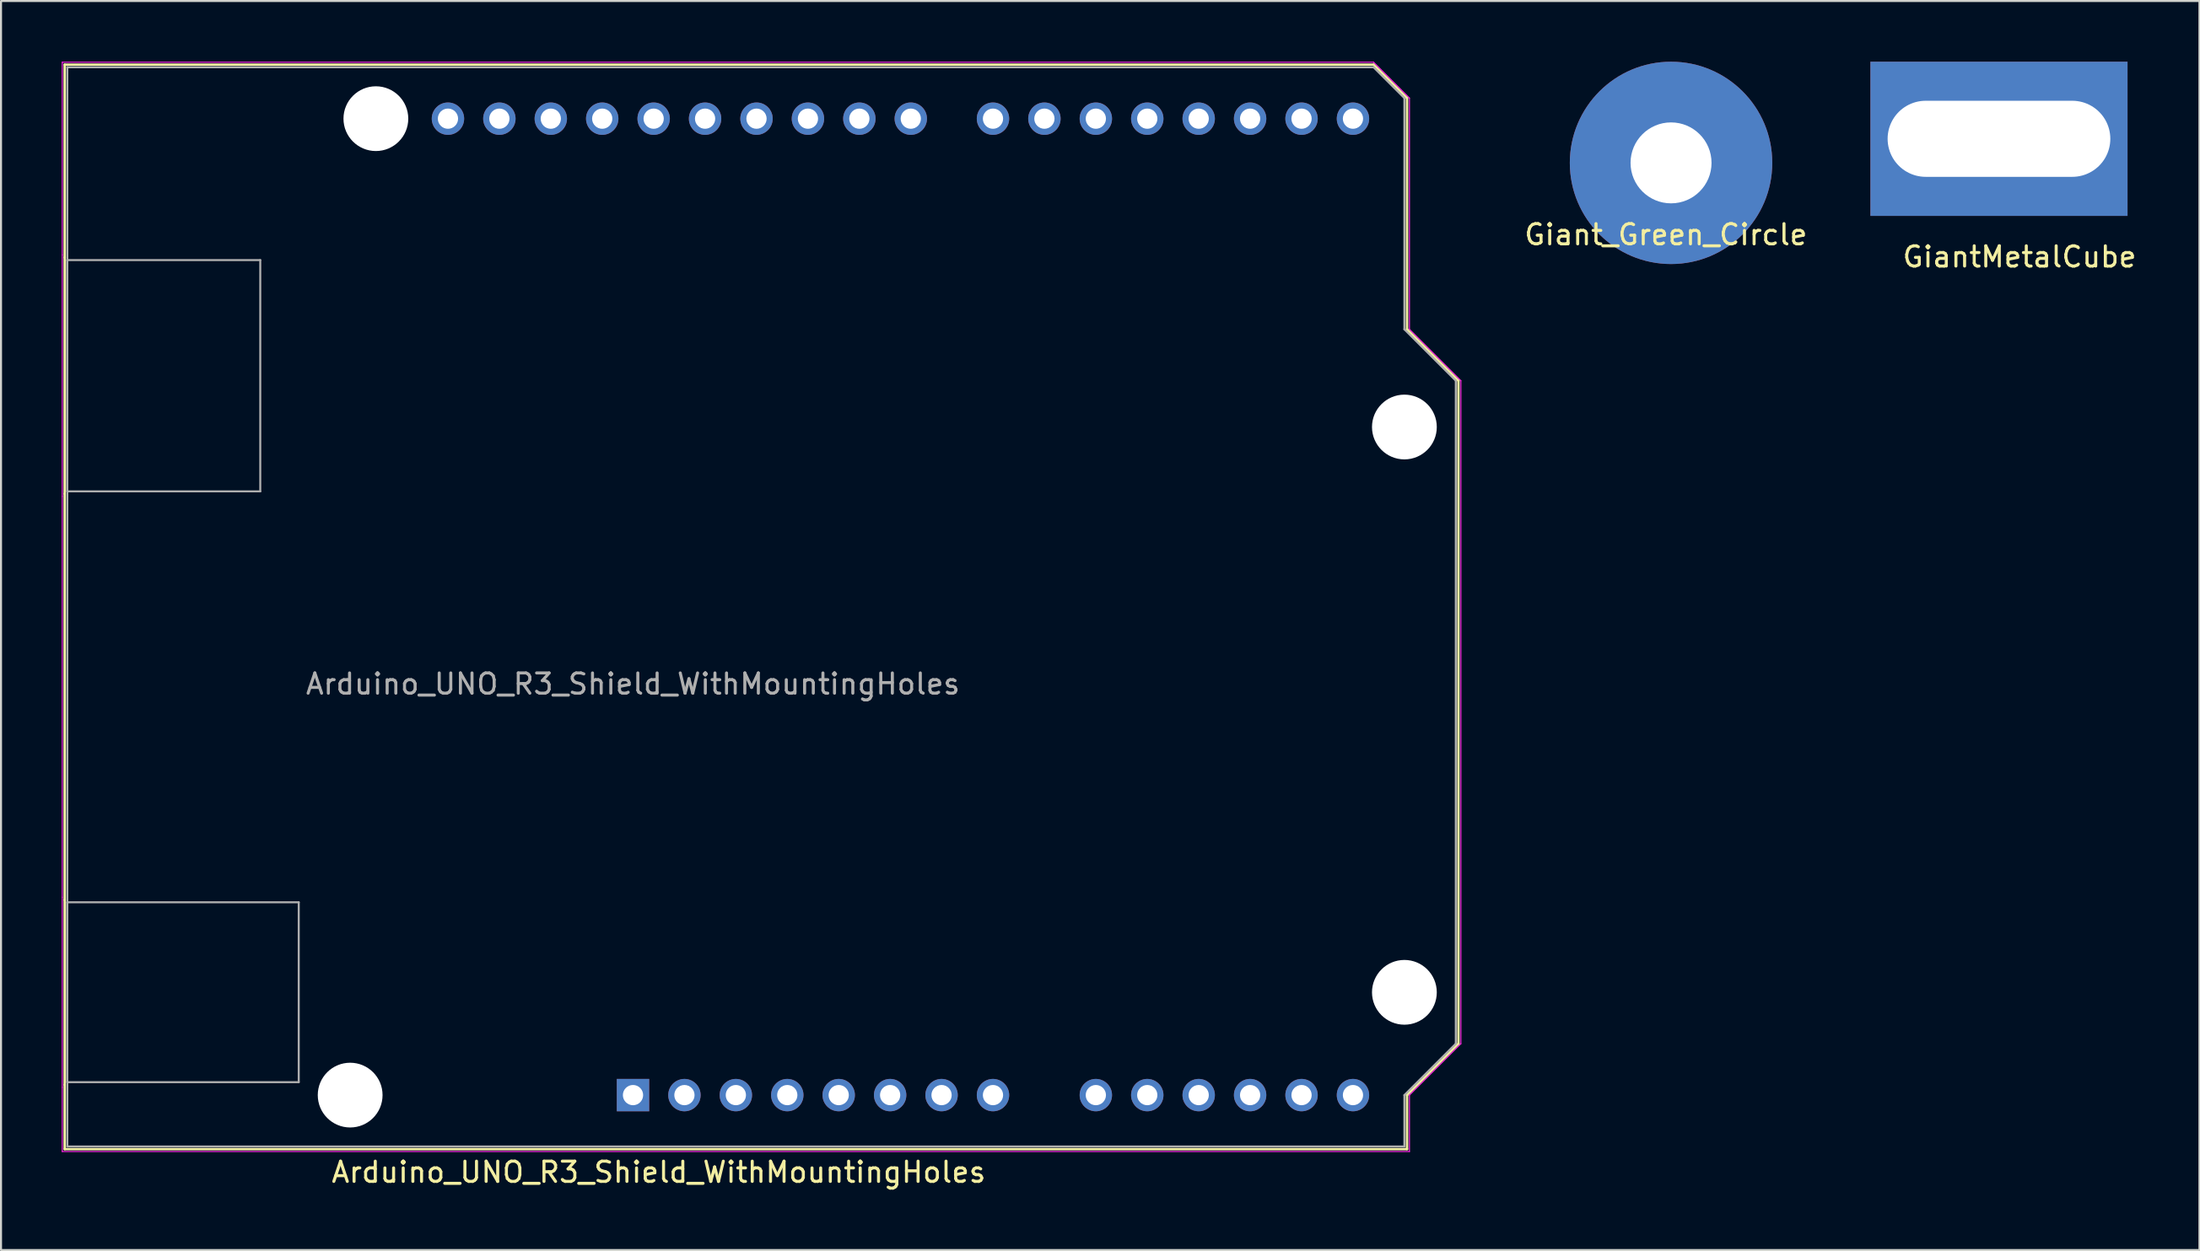
<source format=kicad_pcb>
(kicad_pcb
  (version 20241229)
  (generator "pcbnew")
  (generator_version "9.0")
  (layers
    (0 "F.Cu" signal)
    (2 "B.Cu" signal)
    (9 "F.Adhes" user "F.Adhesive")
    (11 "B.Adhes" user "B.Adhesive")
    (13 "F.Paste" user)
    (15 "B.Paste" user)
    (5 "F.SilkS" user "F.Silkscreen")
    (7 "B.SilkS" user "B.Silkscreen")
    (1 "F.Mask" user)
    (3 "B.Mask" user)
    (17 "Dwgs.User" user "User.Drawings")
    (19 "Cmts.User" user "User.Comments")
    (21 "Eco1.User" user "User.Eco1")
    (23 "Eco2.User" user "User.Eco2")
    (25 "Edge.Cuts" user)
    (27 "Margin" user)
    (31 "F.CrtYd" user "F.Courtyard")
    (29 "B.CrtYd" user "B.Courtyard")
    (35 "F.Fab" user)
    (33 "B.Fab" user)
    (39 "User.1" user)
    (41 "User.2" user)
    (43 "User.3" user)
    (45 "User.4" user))
  (footprint "GiantMetalCube"
    (layer "F.Cu")
    (at 96.698 9.144)
    (property "Reference" "GiantMetalCube" (at 0 0.5 0) (layer "F.SilkS") (effects (font (size 1 1) (thickness 0.15))))
    (attr through_hole)
    (pad "1" thru_hole rect (at -1.016 -5.334) (size 12.7 7.62) (drill oval 11 3.76) (layers "*.Cu" "*.Mask")))
  (footprint "Giant_Green_Circle"
    (layer "F.Cu")
    (at 79.231 8.048)
    (property "Reference" "Giant_Green_Circle" (at 0 0.5 0) (layer "F.SilkS") (effects (font (size 1 1) (thickness 0.15))))
    (attr through_hole)
    (pad "1" thru_hole circle (at 0.254 -3.048) (size 10 10) (drill 4) (layers "*.Cu" "*.Mask")))
  (footprint "Arduino_UNO_R3_Shield_WithMountingHoles"
    (layer "F.Cu")
    (at 0.275 53.615)
    (property "Reference" "Arduino_UNO_R3_Shield_WithMountingHoles" (at 29.21 1.27 0) (layer "F.SilkS") (effects (font (size 1 1) (thickness 0.15))))
    (attr through_hole)
    (fp_line (start -0.13 -53.47) (end 64.52 -53.47) (stroke (width 0.12) (type solid)) (layer "F.SilkS"))
    (fp_line (start -0.13 -43.94) (end -0.13 -53.47) (stroke (width 0.12) (type solid)) (layer "F.SilkS"))
    (fp_line (start -0.13 -32.26) (end -0.13 -43.94) (stroke (width 0.12) (type solid)) (layer "F.SilkS"))
    (fp_line (start -0.13 -12.19) (end -0.13 -32.26) (stroke (width 0.12) (type solid)) (layer "F.SilkS"))
    (fp_line (start -0.13 -3.05) (end -0.13 -12.19) (stroke (width 0.12) (type solid)) (layer "F.SilkS"))
    (fp_line (start -0.13 0.13) (end -0.13 -3.05) (stroke (width 0.12) (type solid)) (layer "F.SilkS"))
    (fp_line (start 64.52 -53.47) (end 66.17 -51.82) (stroke (width 0.12) (type solid)) (layer "F.SilkS"))
    (fp_line (start 66.17 -51.82) (end 66.17 -40.39) (stroke (width 0.12) (type solid)) (layer "F.SilkS"))
    (fp_line (start 66.17 -40.39) (end 68.71 -37.85) (stroke (width 0.12) (type solid)) (layer "F.SilkS"))
    (fp_line (start 66.17 -2.54) (end 66.17 0.13) (stroke (width 0.12) (type solid)) (layer "F.SilkS"))
    (fp_line (start 66.17 0.13) (end -0.13 0.13) (stroke (width 0.12) (type solid)) (layer "F.SilkS"))
    (fp_line (start 68.71 -37.85) (end 68.71 -5.08) (stroke (width 0.12) (type solid)) (layer "F.SilkS"))
    (fp_line (start 68.71 -5.08) (end 66.17 -2.54) (stroke (width 0.12) (type solid)) (layer "F.SilkS"))
    (fp_line (start -0.25 -53.59) (end -0.25 -44.07) (stroke (width 0.05) (type solid)) (layer "F.CrtYd"))
    (fp_line (start -0.25 -44.07) (end -0.25 -32.13) (stroke (width 0.05) (type solid)) (layer "F.CrtYd"))
    (fp_line (start -0.25 -32.13) (end -0.25 -12.32) (stroke (width 0.05) (type solid)) (layer "F.CrtYd"))
    (fp_line (start -0.25 -12.32) (end -0.25 -2.92) (stroke (width 0.05) (type solid)) (layer "F.CrtYd"))
    (fp_line (start -0.25 -2.92) (end -0.25 0.25) (stroke (width 0.05) (type solid)) (layer "F.CrtYd"))
    (fp_line (start -0.25 0.25) (end 66.29 0.25) (stroke (width 0.05) (type solid)) (layer "F.CrtYd"))
    (fp_line (start 64.52 -53.59) (end -0.25 -53.59) (stroke (width 0.05) (type solid)) (layer "F.CrtYd"))
    (fp_line (start 66.29 -51.82) (end 64.52 -53.59) (stroke (width 0.05) (type solid)) (layer "F.CrtYd"))
    (fp_line (start 66.29 -40.39) (end 66.29 -51.82) (stroke (width 0.05) (type solid)) (layer "F.CrtYd"))
    (fp_line (start 66.29 -2.54) (end 68.83 -5.08) (stroke (width 0.05) (type solid)) (layer "F.CrtYd"))
    (fp_line (start 66.29 0.25) (end 66.29 -2.54) (stroke (width 0.05) (type solid)) (layer "F.CrtYd"))
    (fp_line (start 68.83 -37.85) (end 66.29 -40.39) (stroke (width 0.05) (type solid)) (layer "F.CrtYd"))
    (fp_line (start 68.83 -5.08) (end 68.83 -37.85) (stroke (width 0.05) (type solid)) (layer "F.CrtYd"))
    (fp_line (start 0 -53.34) (end 0 0) (stroke (width 0.1) (type solid)) (layer "F.Fab"))
    (fp_line (start 0 -43.81) (end 0 -32.38) (stroke (width 0.1) (type solid)) (layer "F.Fab"))
    (fp_line (start 0 -32.38) (end 9.53 -32.38) (stroke (width 0.1) (type solid)) (layer "F.Fab"))
    (fp_line (start 0 -12.07) (end 0 -3.18) (stroke (width 0.1) (type solid)) (layer "F.Fab"))
    (fp_line (start 0 -3.18) (end 11.43 -3.18) (stroke (width 0.1) (type solid)) (layer "F.Fab"))
    (fp_line (start 0 0) (end 66.04 0) (stroke (width 0.1) (type solid)) (layer "F.Fab"))
    (fp_line (start 9.53 -43.81) (end 0 -43.81) (stroke (width 0.1) (type solid)) (layer "F.Fab"))
    (fp_line (start 9.53 -32.38) (end 9.53 -43.81) (stroke (width 0.1) (type solid)) (layer "F.Fab"))
    (fp_line (start 11.43 -12.07) (end 0 -12.07) (stroke (width 0.1) (type solid)) (layer "F.Fab"))
    (fp_line (start 11.43 -3.18) (end 11.43 -12.07) (stroke (width 0.1) (type solid)) (layer "F.Fab"))
    (fp_line (start 64.52 -53.34) (end 0 -53.34) (stroke (width 0.1) (type solid)) (layer "F.Fab"))
    (fp_line (start 66.04 -51.82) (end 64.52 -53.34) (stroke (width 0.1) (type solid)) (layer "F.Fab"))
    (fp_line (start 66.04 -40.39) (end 66.04 -51.82) (stroke (width 0.1) (type solid)) (layer "F.Fab"))
    (fp_line (start 66.04 -2.54) (end 68.58 -5.08) (stroke (width 0.1) (type solid)) (layer "F.Fab"))
    (fp_line (start 66.04 0) (end 66.04 -2.54) (stroke (width 0.1) (type solid)) (layer "F.Fab"))
    (fp_line (start 68.58 -37.85) (end 66.04 -40.39) (stroke (width 0.1) (type solid)) (layer "F.Fab"))
    (fp_line (start 68.58 -5.08) (end 68.58 -37.85) (stroke (width 0.1) (type solid)) (layer "F.Fab"))
    (fp_text user "${REFERENCE}" (at 27.94 -22.86 0) (layer "F.Fab") (effects (font (size 1 1) (thickness 0.15))))
    (pad "" np_thru_hole circle (at 13.97 -2.54 90) (size 3.2 3.2) (drill 3.2) (layers "*.Cu" "*.Mask"))
    (pad "" np_thru_hole circle (at 15.24 -50.8 90) (size 3.2 3.2) (drill 3.2) (layers "*.Cu" "*.Mask"))
    (pad "" np_thru_hole circle (at 66.04 -35.56 90) (size 3.2 3.2) (drill 3.2) (layers "*.Cu" "*.Mask"))
    (pad "" np_thru_hole circle (at 66.04 -7.62 90) (size 3.2 3.2) (drill 3.2) (layers "*.Cu" "*.Mask"))
    (pad "1" thru_hole rect (at 27.94 -2.54 90) (size 1.6 1.6) (drill 1) (layers "*.Cu" "*.Mask"))
    (pad "2" thru_hole oval (at 30.48 -2.54 90) (size 1.6 1.6) (drill 1) (layers "*.Cu" "*.Mask"))
    (pad "3" thru_hole oval (at 33.02 -2.54 90) (size 1.6 1.6) (drill 1) (layers "*.Cu" "*.Mask"))
    (pad "4" thru_hole oval (at 35.56 -2.54 90) (size 1.6 1.6) (drill 1) (layers "*.Cu" "*.Mask"))
    (pad "5" thru_hole oval (at 38.1 -2.54 90) (size 1.6 1.6) (drill 1) (layers "*.Cu" "*.Mask"))
    (pad "6" thru_hole oval (at 40.64 -2.54 90) (size 1.6 1.6) (drill 1) (layers "*.Cu" "*.Mask"))
    (pad "7" thru_hole oval (at 43.18 -2.54 90) (size 1.6 1.6) (drill 1) (layers "*.Cu" "*.Mask"))
    (pad "8" thru_hole oval (at 45.72 -2.54 90) (size 1.6 1.6) (drill 1) (layers "*.Cu" "*.Mask"))
    (pad "9" thru_hole oval (at 50.8 -2.54 90) (size 1.6 1.6) (drill 1) (layers "*.Cu" "*.Mask"))
    (pad "10" thru_hole oval (at 53.34 -2.54 90) (size 1.6 1.6) (drill 1) (layers "*.Cu" "*.Mask"))
    (pad "11" thru_hole oval (at 55.88 -2.54 90) (size 1.6 1.6) (drill 1) (layers "*.Cu" "*.Mask"))
    (pad "12" thru_hole oval (at 58.42 -2.54 90) (size 1.6 1.6) (drill 1) (layers "*.Cu" "*.Mask"))
    (pad "13" thru_hole oval (at 60.96 -2.54 90) (size 1.6 1.6) (drill 1) (layers "*.Cu" "*.Mask"))
    (pad "14" thru_hole oval (at 63.5 -2.54 90) (size 1.6 1.6) (drill 1) (layers "*.Cu" "*.Mask"))
    (pad "15" thru_hole oval (at 63.5 -50.8 90) (size 1.6 1.6) (drill 1) (layers "*.Cu" "*.Mask"))
    (pad "16" thru_hole oval (at 60.96 -50.8 90) (size 1.6 1.6) (drill 1) (layers "*.Cu" "*.Mask"))
    (pad "17" thru_hole oval (at 58.42 -50.8 90) (size 1.6 1.6) (drill 1) (layers "*.Cu" "*.Mask"))
    (pad "18" thru_hole oval (at 55.88 -50.8 90) (size 1.6 1.6) (drill 1) (layers "*.Cu" "*.Mask"))
    (pad "19" thru_hole oval (at 53.34 -50.8 90) (size 1.6 1.6) (drill 1) (layers "*.Cu" "*.Mask"))
    (pad "20" thru_hole oval (at 50.8 -50.8 90) (size 1.6 1.6) (drill 1) (layers "*.Cu" "*.Mask"))
    (pad "21" thru_hole oval (at 48.26 -50.8 90) (size 1.6 1.6) (drill 1) (layers "*.Cu" "*.Mask"))
    (pad "22" thru_hole oval (at 45.72 -50.8 90) (size 1.6 1.6) (drill 1) (layers "*.Cu" "*.Mask"))
    (pad "23" thru_hole oval (at 41.66 -50.8 90) (size 1.6 1.6) (drill 1) (layers "*.Cu" "*.Mask"))
    (pad "24" thru_hole oval (at 39.12 -50.8 90) (size 1.6 1.6) (drill 1) (layers "*.Cu" "*.Mask"))
    (pad "25" thru_hole oval (at 36.58 -50.8 90) (size 1.6 1.6) (drill 1) (layers "*.Cu" "*.Mask"))
    (pad "26" thru_hole oval (at 34.04 -50.8 90) (size 1.6 1.6) (drill 1) (layers "*.Cu" "*.Mask"))
    (pad "27" thru_hole oval (at 31.5 -50.8 90) (size 1.6 1.6) (drill 1) (layers "*.Cu" "*.Mask"))
    (pad "28" thru_hole oval (at 28.96 -50.8 90) (size 1.6 1.6) (drill 1) (layers "*.Cu" "*.Mask"))
    (pad "29" thru_hole oval (at 26.42 -50.8 90) (size 1.6 1.6) (drill 1) (layers "*.Cu" "*.Mask"))
    (pad "30" thru_hole oval (at 23.88 -50.8 90) (size 1.6 1.6) (drill 1) (layers "*.Cu" "*.Mask"))
    (pad "31" thru_hole oval (at 21.34 -50.8 90) (size 1.6 1.6) (drill 1) (layers "*.Cu" "*.Mask"))
    (pad "32" thru_hole oval (at 18.8 -50.8 90) (size 1.6 1.6) (drill 1) (layers "*.Cu" "*.Mask")))
  (gr_rect
    (start -3 -3)
    (end 105.585 58.733)
    (stroke (width 0.1) (type default))
    (fill no)
    (layer "Edge.Cuts")))
</source>
